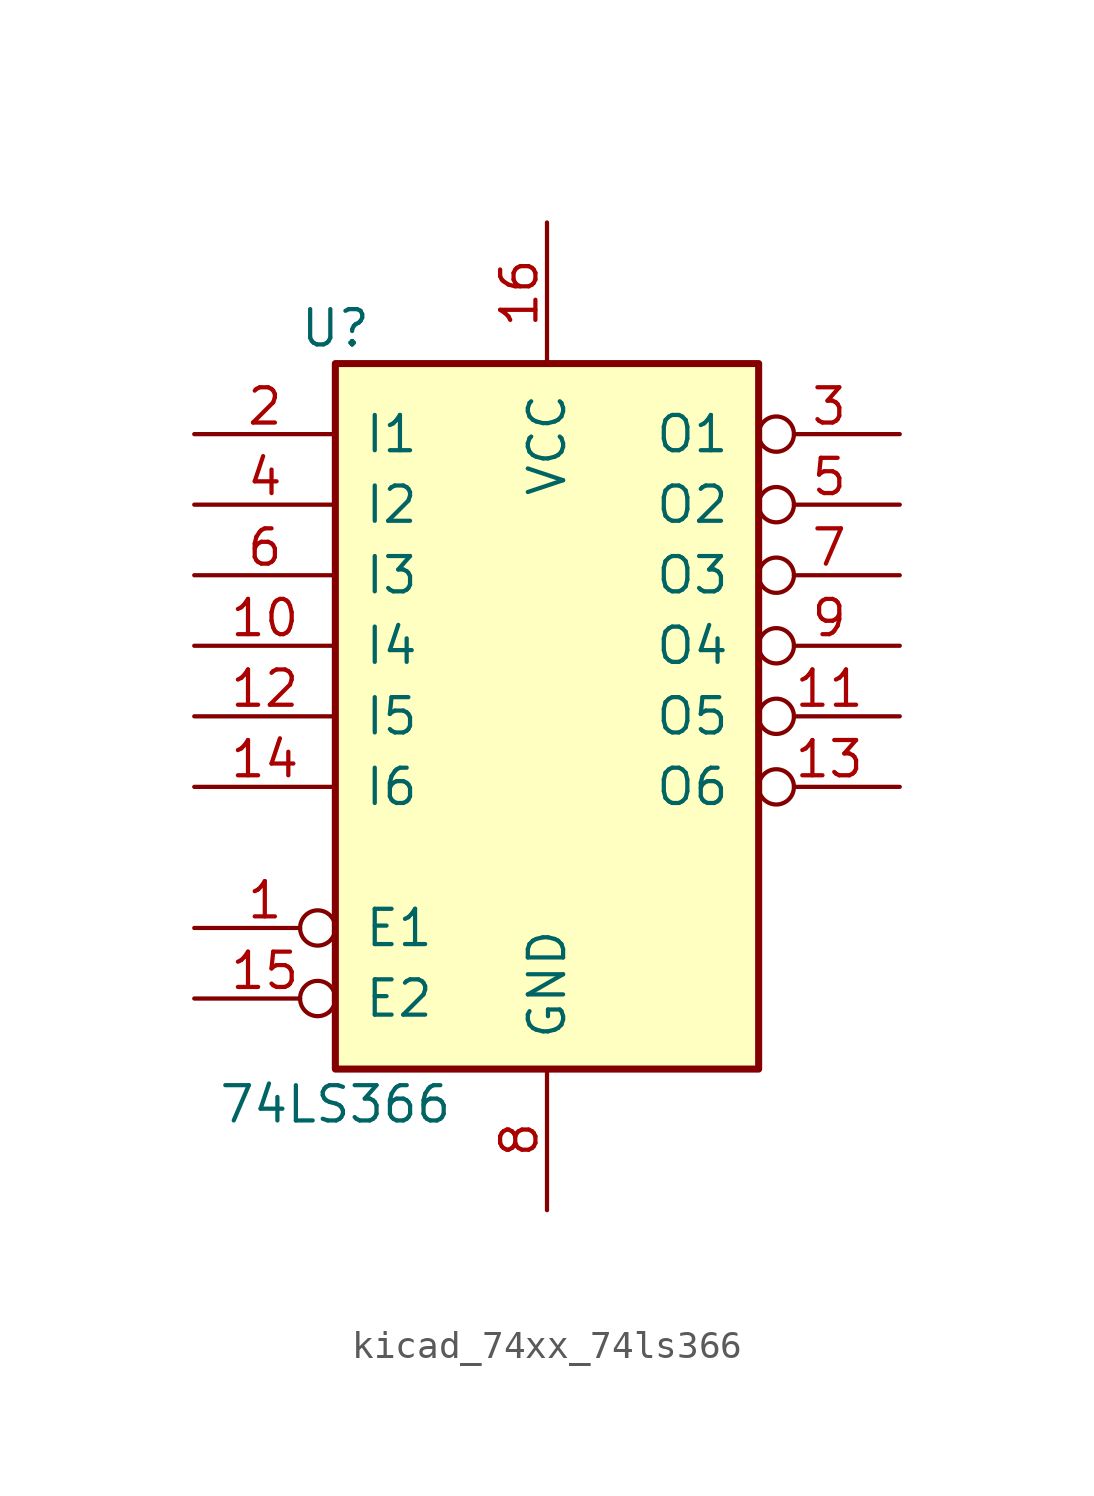
<source format=kicad_sym>
(kicad_symbol_lib
  (version 20220914)
  (generator kicad_symbol_editor)
  (symbol "kicad_74xx_74ls366"
    (pin_names
      (offset 1.016))
    (property "Reference" "U"
      (at -7.62 13.97 0)
      (effects (font (size 1.27 1.27))))
    (property "Value" "74LS366"
      (at -7.62 -13.97 0)
      (effects (font (size 1.27 1.27))))
    (property "ki_locked" ""
      (at 0 0 0)
      (effects (font (size 1.27 1.27))))
    (symbol "kicad_74xx_74ls366_1_0"
      (pin input inverted (at -12.7 -7.62 0) (length 5.08) (name "E1" (effects (font (size 1.27 1.27)))) (number "1" (effects (font (size 1.27 1.27)))))
      (pin input line (at -12.7 2.54 0) (length 5.08) (name "I4" (effects (font (size 1.27 1.27)))) (number "10" (effects (font (size 1.27 1.27)))))
      (pin tri_state inverted (at 12.7 0 180) (length 5.08) (name "O5" (effects (font (size 1.27 1.27)))) (number "11" (effects (font (size 1.27 1.27)))))
      (pin input line (at -12.7 0 0) (length 5.08) (name "I5" (effects (font (size 1.27 1.27)))) (number "12" (effects (font (size 1.27 1.27)))))
      (pin tri_state inverted (at 12.7 -2.54 180) (length 5.08) (name "O6" (effects (font (size 1.27 1.27)))) (number "13" (effects (font (size 1.27 1.27)))))
      (pin input line (at -12.7 -2.54 0) (length 5.08) (name "I6" (effects (font (size 1.27 1.27)))) (number "14" (effects (font (size 1.27 1.27)))))
      (pin input inverted (at -12.7 -10.16 0) (length 5.08) (name "E2" (effects (font (size 1.27 1.27)))) (number "15" (effects (font (size 1.27 1.27)))))
      (pin power_in line (at 0 17.78 270) (length 5.08) (name "VCC" (effects (font (size 1.27 1.27)))) (number "16" (effects (font (size 1.27 1.27)))))
      (pin input line (at -12.7 10.16 0) (length 5.08) (name "I1" (effects (font (size 1.27 1.27)))) (number "2" (effects (font (size 1.27 1.27)))))
      (pin tri_state inverted (at 12.7 10.16 180) (length 5.08) (name "O1" (effects (font (size 1.27 1.27)))) (number "3" (effects (font (size 1.27 1.27)))))
      (pin input line (at -12.7 7.62 0) (length 5.08) (name "I2" (effects (font (size 1.27 1.27)))) (number "4" (effects (font (size 1.27 1.27)))))
      (pin tri_state inverted (at 12.7 7.62 180) (length 5.08) (name "O2" (effects (font (size 1.27 1.27)))) (number "5" (effects (font (size 1.27 1.27)))))
      (pin input line (at -12.7 5.08 0) (length 5.08) (name "I3" (effects (font (size 1.27 1.27)))) (number "6" (effects (font (size 1.27 1.27)))))
      (pin tri_state inverted (at 12.7 5.08 180) (length 5.08) (name "O3" (effects (font (size 1.27 1.27)))) (number "7" (effects (font (size 1.27 1.27)))))
      (pin power_in line (at 0 -17.78 90) (length 5.08) (name "GND" (effects (font (size 1.27 1.27)))) (number "8" (effects (font (size 1.27 1.27)))))
      (pin tri_state inverted (at 12.7 2.54 180) (length 5.08) (name "O4" (effects (font (size 1.27 1.27)))) (number "9" (effects (font (size 1.27 1.27))))))
    (symbol "kicad_74xx_74ls366_1_1"
      (rectangle (start -7.62 12.7) (end 7.62 -12.7) (stroke (width 0.254) (type default)) (fill (type background))))))
</source>
